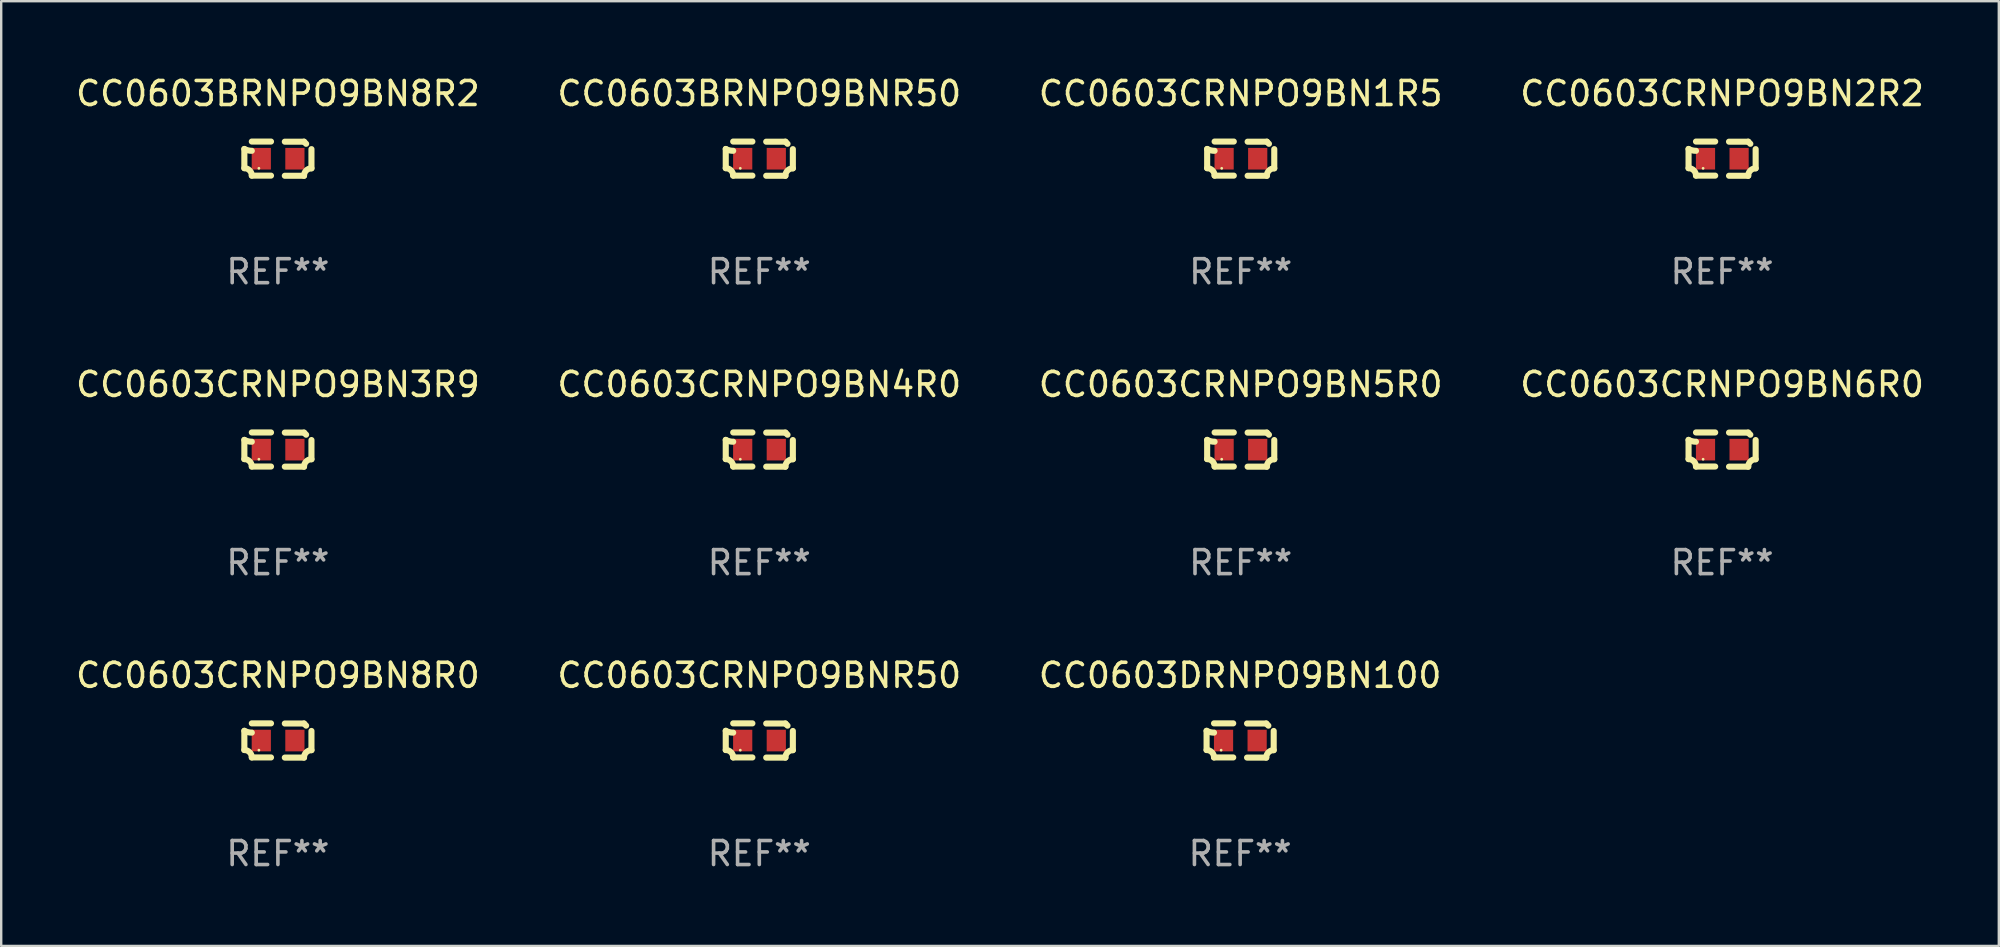
<source format=kicad_pcb>
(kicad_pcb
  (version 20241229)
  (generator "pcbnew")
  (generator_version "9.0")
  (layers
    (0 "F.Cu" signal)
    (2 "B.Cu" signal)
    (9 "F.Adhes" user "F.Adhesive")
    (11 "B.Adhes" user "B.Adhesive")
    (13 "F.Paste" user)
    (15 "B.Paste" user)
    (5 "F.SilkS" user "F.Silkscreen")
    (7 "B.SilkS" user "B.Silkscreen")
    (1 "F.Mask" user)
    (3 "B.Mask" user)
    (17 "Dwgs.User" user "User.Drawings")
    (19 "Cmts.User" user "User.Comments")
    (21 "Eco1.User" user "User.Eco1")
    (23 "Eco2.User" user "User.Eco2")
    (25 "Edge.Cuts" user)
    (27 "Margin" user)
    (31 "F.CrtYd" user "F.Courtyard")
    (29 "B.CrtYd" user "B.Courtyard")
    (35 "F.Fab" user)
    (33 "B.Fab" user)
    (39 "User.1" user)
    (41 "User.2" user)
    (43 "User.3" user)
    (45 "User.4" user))
  (footprint "CC0603CRNPO9BN1R5"
    (layer "F.Cu")
    (at 48.649 3.561)
    (property "Reference" "CC0603CRNPO9BN1R5" (at 0 -2.713 0) (layer "F.SilkS") (effects (font (size 1 1) (thickness 0.15))))
    (attr through_hole)
    (fp_line (start -1.398 -0.403) (end -1.398 0.397) (stroke (width 0.254) (type solid)) (layer "F.SilkS"))
    (fp_line (start -0.288 -0.713) (end -1.088 -0.713) (stroke (width 0.254) (type solid)) (layer "F.SilkS"))
    (fp_line (start -0.288 0.707) (end -1.088 0.707) (stroke (width 0.254) (type solid)) (layer "F.SilkS"))
    (fp_line (start 0.288 -0.707) (end 1.088 -0.707) (stroke (width 0.254) (type solid)) (layer "F.SilkS"))
    (fp_line (start 0.288 0.713) (end 1.088 0.713) (stroke (width 0.254) (type solid)) (layer "F.SilkS"))
    (fp_line (start 1.398 -0.397) (end 1.398 0.403) (stroke (width 0.254) (type solid)) (layer "F.SilkS"))
    (fp_arc (start -1.397789 0.397066) (mid -1.178701 0.487826) (end -1.08796 0.706922) (stroke (width 0.254001) (type solid)) (layer "F.SilkS"))
    (fp_arc (start -1.08796 -0.327176) (mid -1.247436 -0.346384) (end -1.39779 -0.402908) (stroke (width 0.254001) (type solid)) (layer "F.SilkS"))
    (fp_arc (start 1.087909 0.712738) (mid 1.178656 0.493655) (end 1.397739 0.402908) (stroke (width 0.254001) (type solid)) (layer "F.SilkS"))
    (fp_arc (start 1.175925 -0.618926) (mid 1.131917 -0.662923) (end 1.08791 -0.706922) (stroke (width 0.254001) (type solid)) (layer "F.SilkS"))
    (fp_circle (center -0.792 0.403) (end -0.762 0.403) (stroke (width 0.06) (type solid)) (fill no) (layer "F.SilkS"))
    (fp_text user "REF**" (at 0 4.713 0) (layer "F.Fab") (effects (font (size 1 1) (thickness 0.15))))
    (pad "1" smd rect (at -0.692 0.003) (size 0.8 0.9) (layers "F.Cu" "F.Mask" "F.Paste"))
    (pad "2" smd rect (at 0.708 0.003) (size 0.8 0.9) (layers "F.Cu" "F.Mask" "F.Paste")))
  (footprint "CC0603DRNPO9BN100"
    (layer "F.Cu")
    (at 48.625 27.805)
    (property "Reference" "CC0603DRNPO9BN100" (at 0 -2.713 0) (layer "F.SilkS") (effects (font (size 1 1) (thickness 0.15))))
    (attr through_hole)
    (fp_line (start -1.398 -0.403) (end -1.398 0.397) (stroke (width 0.254) (type solid)) (layer "F.SilkS"))
    (fp_line (start -0.288 -0.713) (end -1.088 -0.713) (stroke (width 0.254) (type solid)) (layer "F.SilkS"))
    (fp_line (start -0.288 0.707) (end -1.088 0.707) (stroke (width 0.254) (type solid)) (layer "F.SilkS"))
    (fp_line (start 0.288 -0.707) (end 1.088 -0.707) (stroke (width 0.254) (type solid)) (layer "F.SilkS"))
    (fp_line (start 0.288 0.713) (end 1.088 0.713) (stroke (width 0.254) (type solid)) (layer "F.SilkS"))
    (fp_line (start 1.398 -0.397) (end 1.398 0.403) (stroke (width 0.254) (type solid)) (layer "F.SilkS"))
    (fp_arc (start -1.397789 0.397066) (mid -1.178701 0.487826) (end -1.08796 0.706922) (stroke (width 0.254001) (type solid)) (layer "F.SilkS"))
    (fp_arc (start -1.08796 -0.327176) (mid -1.247436 -0.346384) (end -1.39779 -0.402908) (stroke (width 0.254001) (type solid)) (layer "F.SilkS"))
    (fp_arc (start 1.087909 0.712738) (mid 1.178656 0.493655) (end 1.397739 0.402908) (stroke (width 0.254001) (type solid)) (layer "F.SilkS"))
    (fp_arc (start 1.175925 -0.618926) (mid 1.131917 -0.662923) (end 1.08791 -0.706922) (stroke (width 0.254001) (type solid)) (layer "F.SilkS"))
    (fp_circle (center -0.792 0.403) (end -0.762 0.403) (stroke (width 0.06) (type solid)) (fill no) (layer "F.SilkS"))
    (fp_text user "REF**" (at 0 4.713 0) (layer "F.Fab") (effects (font (size 1 1) (thickness 0.15))))
    (pad "1" smd rect (at -0.692 0.003) (size 0.8 0.9) (layers "F.Cu" "F.Mask" "F.Paste"))
    (pad "2" smd rect (at 0.708 0.003) (size 0.8 0.9) (layers "F.Cu" "F.Mask" "F.Paste")))
  (footprint "CC0603CRNPO9BN4R0"
    (layer "F.Cu")
    (at 28.589 15.683)
    (property "Reference" "CC0603CRNPO9BN4R0" (at 0 -2.713 0) (layer "F.SilkS") (effects (font (size 1 1) (thickness 0.15))))
    (attr through_hole)
    (fp_line (start -1.398 -0.403) (end -1.398 0.397) (stroke (width 0.254) (type solid)) (layer "F.SilkS"))
    (fp_line (start -0.288 -0.713) (end -1.088 -0.713) (stroke (width 0.254) (type solid)) (layer "F.SilkS"))
    (fp_line (start -0.288 0.707) (end -1.088 0.707) (stroke (width 0.254) (type solid)) (layer "F.SilkS"))
    (fp_line (start 0.288 -0.707) (end 1.088 -0.707) (stroke (width 0.254) (type solid)) (layer "F.SilkS"))
    (fp_line (start 0.288 0.713) (end 1.088 0.713) (stroke (width 0.254) (type solid)) (layer "F.SilkS"))
    (fp_line (start 1.398 -0.397) (end 1.398 0.403) (stroke (width 0.254) (type solid)) (layer "F.SilkS"))
    (fp_arc (start -1.397789 0.397066) (mid -1.178701 0.487826) (end -1.08796 0.706922) (stroke (width 0.254001) (type solid)) (layer "F.SilkS"))
    (fp_arc (start -1.08796 -0.327176) (mid -1.247436 -0.346384) (end -1.39779 -0.402908) (stroke (width 0.254001) (type solid)) (layer "F.SilkS"))
    (fp_arc (start 1.087909 0.712738) (mid 1.178656 0.493655) (end 1.397739 0.402908) (stroke (width 0.254001) (type solid)) (layer "F.SilkS"))
    (fp_arc (start 1.175925 -0.618926) (mid 1.131917 -0.662923) (end 1.08791 -0.706922) (stroke (width 0.254001) (type solid)) (layer "F.SilkS"))
    (fp_circle (center -0.792 0.403) (end -0.762 0.403) (stroke (width 0.06) (type solid)) (fill no) (layer "F.SilkS"))
    (fp_text user "REF**" (at 0 4.713 0) (layer "F.Fab") (effects (font (size 1 1) (thickness 0.15))))
    (pad "1" smd rect (at -0.692 0.003) (size 0.8 0.9) (layers "F.Cu" "F.Mask" "F.Paste"))
    (pad "2" smd rect (at 0.708 0.003) (size 0.8 0.9) (layers "F.Cu" "F.Mask" "F.Paste")))
  (footprint "CC0603CRNPO9BNR50"
    (layer "F.Cu")
    (at 28.589 27.805)
    (property "Reference" "CC0603CRNPO9BNR50" (at 0 -2.713 0) (layer "F.SilkS") (effects (font (size 1 1) (thickness 0.15))))
    (attr through_hole)
    (fp_line (start -1.398 -0.403) (end -1.398 0.397) (stroke (width 0.254) (type solid)) (layer "F.SilkS"))
    (fp_line (start -0.288 -0.713) (end -1.088 -0.713) (stroke (width 0.254) (type solid)) (layer "F.SilkS"))
    (fp_line (start -0.288 0.707) (end -1.088 0.707) (stroke (width 0.254) (type solid)) (layer "F.SilkS"))
    (fp_line (start 0.288 -0.707) (end 1.088 -0.707) (stroke (width 0.254) (type solid)) (layer "F.SilkS"))
    (fp_line (start 0.288 0.713) (end 1.088 0.713) (stroke (width 0.254) (type solid)) (layer "F.SilkS"))
    (fp_line (start 1.398 -0.397) (end 1.398 0.403) (stroke (width 0.254) (type solid)) (layer "F.SilkS"))
    (fp_arc (start -1.397789 0.397066) (mid -1.178701 0.487826) (end -1.08796 0.706922) (stroke (width 0.254001) (type solid)) (layer "F.SilkS"))
    (fp_arc (start -1.08796 -0.327176) (mid -1.247436 -0.346384) (end -1.39779 -0.402908) (stroke (width 0.254001) (type solid)) (layer "F.SilkS"))
    (fp_arc (start 1.087909 0.712738) (mid 1.178656 0.493655) (end 1.397739 0.402908) (stroke (width 0.254001) (type solid)) (layer "F.SilkS"))
    (fp_arc (start 1.175925 -0.618926) (mid 1.131917 -0.662923) (end 1.08791 -0.706922) (stroke (width 0.254001) (type solid)) (layer "F.SilkS"))
    (fp_circle (center -0.792 0.403) (end -0.762 0.403) (stroke (width 0.06) (type solid)) (fill no) (layer "F.SilkS"))
    (fp_text user "REF**" (at 0 4.713 0) (layer "F.Fab") (effects (font (size 1 1) (thickness 0.15))))
    (pad "1" smd rect (at -0.692 0.003) (size 0.8 0.9) (layers "F.Cu" "F.Mask" "F.Paste"))
    (pad "2" smd rect (at 0.708 0.003) (size 0.8 0.9) (layers "F.Cu" "F.Mask" "F.Paste")))
  (footprint "CC0603CRNPO9BN3R9"
    (layer "F.Cu")
    (at 8.53 15.683)
    (property "Reference" "CC0603CRNPO9BN3R9" (at 0 -2.713 0) (layer "F.SilkS") (effects (font (size 1 1) (thickness 0.15))))
    (attr through_hole)
    (fp_line (start -1.398 -0.403) (end -1.398 0.397) (stroke (width 0.254) (type solid)) (layer "F.SilkS"))
    (fp_line (start -0.288 -0.713) (end -1.088 -0.713) (stroke (width 0.254) (type solid)) (layer "F.SilkS"))
    (fp_line (start -0.288 0.707) (end -1.088 0.707) (stroke (width 0.254) (type solid)) (layer "F.SilkS"))
    (fp_line (start 0.288 -0.707) (end 1.088 -0.707) (stroke (width 0.254) (type solid)) (layer "F.SilkS"))
    (fp_line (start 0.288 0.713) (end 1.088 0.713) (stroke (width 0.254) (type solid)) (layer "F.SilkS"))
    (fp_line (start 1.398 -0.397) (end 1.398 0.403) (stroke (width 0.254) (type solid)) (layer "F.SilkS"))
    (fp_arc (start -1.397789 0.397066) (mid -1.178701 0.487826) (end -1.08796 0.706922) (stroke (width 0.254001) (type solid)) (layer "F.SilkS"))
    (fp_arc (start -1.08796 -0.327176) (mid -1.247436 -0.346384) (end -1.39779 -0.402908) (stroke (width 0.254001) (type solid)) (layer "F.SilkS"))
    (fp_arc (start 1.087909 0.712738) (mid 1.178656 0.493655) (end 1.397739 0.402908) (stroke (width 0.254001) (type solid)) (layer "F.SilkS"))
    (fp_arc (start 1.175925 -0.618926) (mid 1.131917 -0.662923) (end 1.08791 -0.706922) (stroke (width 0.254001) (type solid)) (layer "F.SilkS"))
    (fp_circle (center -0.792 0.403) (end -0.762 0.403) (stroke (width 0.06) (type solid)) (fill no) (layer "F.SilkS"))
    (fp_text user "REF**" (at 0 4.713 0) (layer "F.Fab") (effects (font (size 1 1) (thickness 0.15))))
    (pad "1" smd rect (at -0.692 0.003) (size 0.8 0.9) (layers "F.Cu" "F.Mask" "F.Paste"))
    (pad "2" smd rect (at 0.708 0.003) (size 0.8 0.9) (layers "F.Cu" "F.Mask" "F.Paste")))
  (footprint "CC0603CRNPO9BN5R0"
    (layer "F.Cu")
    (at 48.649 15.683)
    (property "Reference" "CC0603CRNPO9BN5R0" (at 0 -2.713 0) (layer "F.SilkS") (effects (font (size 1 1) (thickness 0.15))))
    (attr through_hole)
    (fp_line (start -1.398 -0.403) (end -1.398 0.397) (stroke (width 0.254) (type solid)) (layer "F.SilkS"))
    (fp_line (start -0.288 -0.713) (end -1.088 -0.713) (stroke (width 0.254) (type solid)) (layer "F.SilkS"))
    (fp_line (start -0.288 0.707) (end -1.088 0.707) (stroke (width 0.254) (type solid)) (layer "F.SilkS"))
    (fp_line (start 0.288 -0.707) (end 1.088 -0.707) (stroke (width 0.254) (type solid)) (layer "F.SilkS"))
    (fp_line (start 0.288 0.713) (end 1.088 0.713) (stroke (width 0.254) (type solid)) (layer "F.SilkS"))
    (fp_line (start 1.398 -0.397) (end 1.398 0.403) (stroke (width 0.254) (type solid)) (layer "F.SilkS"))
    (fp_arc (start -1.397789 0.397066) (mid -1.178701 0.487826) (end -1.08796 0.706922) (stroke (width 0.254001) (type solid)) (layer "F.SilkS"))
    (fp_arc (start -1.08796 -0.327176) (mid -1.247436 -0.346384) (end -1.39779 -0.402908) (stroke (width 0.254001) (type solid)) (layer "F.SilkS"))
    (fp_arc (start 1.087909 0.712738) (mid 1.178656 0.493655) (end 1.397739 0.402908) (stroke (width 0.254001) (type solid)) (layer "F.SilkS"))
    (fp_arc (start 1.175925 -0.618926) (mid 1.131917 -0.662923) (end 1.08791 -0.706922) (stroke (width 0.254001) (type solid)) (layer "F.SilkS"))
    (fp_circle (center -0.792 0.403) (end -0.762 0.403) (stroke (width 0.06) (type solid)) (fill no) (layer "F.SilkS"))
    (fp_text user "REF**" (at 0 4.713 0) (layer "F.Fab") (effects (font (size 1 1) (thickness 0.15))))
    (pad "1" smd rect (at -0.692 0.003) (size 0.8 0.9) (layers "F.Cu" "F.Mask" "F.Paste"))
    (pad "2" smd rect (at 0.708 0.003) (size 0.8 0.9) (layers "F.Cu" "F.Mask" "F.Paste")))
  (footprint "CC0603CRNPO9BN8R0"
    (layer "F.Cu")
    (at 8.53 27.805)
    (property "Reference" "CC0603CRNPO9BN8R0" (at 0 -2.713 0) (layer "F.SilkS") (effects (font (size 1 1) (thickness 0.15))))
    (attr through_hole)
    (fp_line (start -1.398 -0.403) (end -1.398 0.397) (stroke (width 0.254) (type solid)) (layer "F.SilkS"))
    (fp_line (start -0.288 -0.713) (end -1.088 -0.713) (stroke (width 0.254) (type solid)) (layer "F.SilkS"))
    (fp_line (start -0.288 0.707) (end -1.088 0.707) (stroke (width 0.254) (type solid)) (layer "F.SilkS"))
    (fp_line (start 0.288 -0.707) (end 1.088 -0.707) (stroke (width 0.254) (type solid)) (layer "F.SilkS"))
    (fp_line (start 0.288 0.713) (end 1.088 0.713) (stroke (width 0.254) (type solid)) (layer "F.SilkS"))
    (fp_line (start 1.398 -0.397) (end 1.398 0.403) (stroke (width 0.254) (type solid)) (layer "F.SilkS"))
    (fp_arc (start -1.397789 0.397066) (mid -1.178701 0.487826) (end -1.08796 0.706922) (stroke (width 0.254001) (type solid)) (layer "F.SilkS"))
    (fp_arc (start -1.08796 -0.327176) (mid -1.247436 -0.346384) (end -1.39779 -0.402908) (stroke (width 0.254001) (type solid)) (layer "F.SilkS"))
    (fp_arc (start 1.087909 0.712738) (mid 1.178656 0.493655) (end 1.397739 0.402908) (stroke (width 0.254001) (type solid)) (layer "F.SilkS"))
    (fp_arc (start 1.175925 -0.618926) (mid 1.131917 -0.662923) (end 1.08791 -0.706922) (stroke (width 0.254001) (type solid)) (layer "F.SilkS"))
    (fp_circle (center -0.792 0.403) (end -0.762 0.403) (stroke (width 0.06) (type solid)) (fill no) (layer "F.SilkS"))
    (fp_text user "REF**" (at 0 4.713 0) (layer "F.Fab") (effects (font (size 1 1) (thickness 0.15))))
    (pad "1" smd rect (at -0.692 0.003) (size 0.8 0.9) (layers "F.Cu" "F.Mask" "F.Paste"))
    (pad "2" smd rect (at 0.708 0.003) (size 0.8 0.9) (layers "F.Cu" "F.Mask" "F.Paste")))
  (footprint "CC0603BRNPO9BNR50"
    (layer "F.Cu")
    (at 28.589 3.561)
    (property "Reference" "CC0603BRNPO9BNR50" (at 0 -2.713 0) (layer "F.SilkS") (effects (font (size 1 1) (thickness 0.15))))
    (attr through_hole)
    (fp_line (start -1.398 -0.403) (end -1.398 0.397) (stroke (width 0.254) (type solid)) (layer "F.SilkS"))
    (fp_line (start -0.288 -0.713) (end -1.088 -0.713) (stroke (width 0.254) (type solid)) (layer "F.SilkS"))
    (fp_line (start -0.288 0.707) (end -1.088 0.707) (stroke (width 0.254) (type solid)) (layer "F.SilkS"))
    (fp_line (start 0.288 -0.707) (end 1.088 -0.707) (stroke (width 0.254) (type solid)) (layer "F.SilkS"))
    (fp_line (start 0.288 0.713) (end 1.088 0.713) (stroke (width 0.254) (type solid)) (layer "F.SilkS"))
    (fp_line (start 1.398 -0.397) (end 1.398 0.403) (stroke (width 0.254) (type solid)) (layer "F.SilkS"))
    (fp_arc (start -1.397789 0.397066) (mid -1.178701 0.487826) (end -1.08796 0.706922) (stroke (width 0.254001) (type solid)) (layer "F.SilkS"))
    (fp_arc (start -1.08796 -0.327176) (mid -1.247436 -0.346384) (end -1.39779 -0.402908) (stroke (width 0.254001) (type solid)) (layer "F.SilkS"))
    (fp_arc (start 1.087909 0.712738) (mid 1.178656 0.493655) (end 1.397739 0.402908) (stroke (width 0.254001) (type solid)) (layer "F.SilkS"))
    (fp_arc (start 1.175925 -0.618926) (mid 1.131917 -0.662923) (end 1.08791 -0.706922) (stroke (width 0.254001) (type solid)) (layer "F.SilkS"))
    (fp_circle (center -0.792 0.403) (end -0.762 0.403) (stroke (width 0.06) (type solid)) (fill no) (layer "F.SilkS"))
    (fp_text user "REF**" (at 0 4.713 0) (layer "F.Fab") (effects (font (size 1 1) (thickness 0.15))))
    (pad "1" smd rect (at -0.692 0.003) (size 0.8 0.9) (layers "F.Cu" "F.Mask" "F.Paste"))
    (pad "2" smd rect (at 0.708 0.003) (size 0.8 0.9) (layers "F.Cu" "F.Mask" "F.Paste")))
  (footprint "CC0603CRNPO9BN6R0"
    (layer "F.Cu")
    (at 68.708 15.683)
    (property "Reference" "CC0603CRNPO9BN6R0" (at 0 -2.713 0) (layer "F.SilkS") (effects (font (size 1 1) (thickness 0.15))))
    (attr through_hole)
    (fp_line (start -1.398 -0.403) (end -1.398 0.397) (stroke (width 0.254) (type solid)) (layer "F.SilkS"))
    (fp_line (start -0.288 -0.713) (end -1.088 -0.713) (stroke (width 0.254) (type solid)) (layer "F.SilkS"))
    (fp_line (start -0.288 0.707) (end -1.088 0.707) (stroke (width 0.254) (type solid)) (layer "F.SilkS"))
    (fp_line (start 0.288 -0.707) (end 1.088 -0.707) (stroke (width 0.254) (type solid)) (layer "F.SilkS"))
    (fp_line (start 0.288 0.713) (end 1.088 0.713) (stroke (width 0.254) (type solid)) (layer "F.SilkS"))
    (fp_line (start 1.398 -0.397) (end 1.398 0.403) (stroke (width 0.254) (type solid)) (layer "F.SilkS"))
    (fp_arc (start -1.397789 0.397066) (mid -1.178701 0.487826) (end -1.08796 0.706922) (stroke (width 0.254001) (type solid)) (layer "F.SilkS"))
    (fp_arc (start -1.08796 -0.327176) (mid -1.247436 -0.346384) (end -1.39779 -0.402908) (stroke (width 0.254001) (type solid)) (layer "F.SilkS"))
    (fp_arc (start 1.087909 0.712738) (mid 1.178656 0.493655) (end 1.397739 0.402908) (stroke (width 0.254001) (type solid)) (layer "F.SilkS"))
    (fp_arc (start 1.175925 -0.618926) (mid 1.131917 -0.662923) (end 1.08791 -0.706922) (stroke (width 0.254001) (type solid)) (layer "F.SilkS"))
    (fp_circle (center -0.792 0.403) (end -0.762 0.403) (stroke (width 0.06) (type solid)) (fill no) (layer "F.SilkS"))
    (fp_text user "REF**" (at 0 4.713 0) (layer "F.Fab") (effects (font (size 1 1) (thickness 0.15))))
    (pad "1" smd rect (at -0.692 0.003) (size 0.8 0.9) (layers "F.Cu" "F.Mask" "F.Paste"))
    (pad "2" smd rect (at 0.708 0.003) (size 0.8 0.9) (layers "F.Cu" "F.Mask" "F.Paste")))
  (footprint "CC0603CRNPO9BN2R2"
    (layer "F.Cu")
    (at 68.708 3.561)
    (property "Reference" "CC0603CRNPO9BN2R2" (at 0 -2.713 0) (layer "F.SilkS") (effects (font (size 1 1) (thickness 0.15))))
    (attr through_hole)
    (fp_line (start -1.398 -0.403) (end -1.398 0.397) (stroke (width 0.254) (type solid)) (layer "F.SilkS"))
    (fp_line (start -0.288 -0.713) (end -1.088 -0.713) (stroke (width 0.254) (type solid)) (layer "F.SilkS"))
    (fp_line (start -0.288 0.707) (end -1.088 0.707) (stroke (width 0.254) (type solid)) (layer "F.SilkS"))
    (fp_line (start 0.288 -0.707) (end 1.088 -0.707) (stroke (width 0.254) (type solid)) (layer "F.SilkS"))
    (fp_line (start 0.288 0.713) (end 1.088 0.713) (stroke (width 0.254) (type solid)) (layer "F.SilkS"))
    (fp_line (start 1.398 -0.397) (end 1.398 0.403) (stroke (width 0.254) (type solid)) (layer "F.SilkS"))
    (fp_arc (start -1.397789 0.397066) (mid -1.178701 0.487826) (end -1.08796 0.706922) (stroke (width 0.254001) (type solid)) (layer "F.SilkS"))
    (fp_arc (start -1.08796 -0.327176) (mid -1.247436 -0.346384) (end -1.39779 -0.402908) (stroke (width 0.254001) (type solid)) (layer "F.SilkS"))
    (fp_arc (start 1.087909 0.712738) (mid 1.178656 0.493655) (end 1.397739 0.402908) (stroke (width 0.254001) (type solid)) (layer "F.SilkS"))
    (fp_arc (start 1.175925 -0.618926) (mid 1.131917 -0.662923) (end 1.08791 -0.706922) (stroke (width 0.254001) (type solid)) (layer "F.SilkS"))
    (fp_circle (center -0.792 0.403) (end -0.762 0.403) (stroke (width 0.06) (type solid)) (fill no) (layer "F.SilkS"))
    (fp_text user "REF**" (at 0 4.713 0) (layer "F.Fab") (effects (font (size 1 1) (thickness 0.15))))
    (pad "1" smd rect (at -0.692 0.003) (size 0.8 0.9) (layers "F.Cu" "F.Mask" "F.Paste"))
    (pad "2" smd rect (at 0.708 0.003) (size 0.8 0.9) (layers "F.Cu" "F.Mask" "F.Paste")))
  (footprint "CC0603BRNPO9BN8R2"
    (layer "F.Cu")
    (at 8.53 3.561)
    (property "Reference" "CC0603BRNPO9BN8R2" (at 0 -2.713 0) (layer "F.SilkS") (effects (font (size 1 1) (thickness 0.15))))
    (attr through_hole)
    (fp_line (start -1.398 -0.403) (end -1.398 0.397) (stroke (width 0.254) (type solid)) (layer "F.SilkS"))
    (fp_line (start -0.288 -0.713) (end -1.088 -0.713) (stroke (width 0.254) (type solid)) (layer "F.SilkS"))
    (fp_line (start -0.288 0.707) (end -1.088 0.707) (stroke (width 0.254) (type solid)) (layer "F.SilkS"))
    (fp_line (start 0.288 -0.707) (end 1.088 -0.707) (stroke (width 0.254) (type solid)) (layer "F.SilkS"))
    (fp_line (start 0.288 0.713) (end 1.088 0.713) (stroke (width 0.254) (type solid)) (layer "F.SilkS"))
    (fp_line (start 1.398 -0.397) (end 1.398 0.403) (stroke (width 0.254) (type solid)) (layer "F.SilkS"))
    (fp_arc (start -1.397789 0.397066) (mid -1.178701 0.487826) (end -1.08796 0.706922) (stroke (width 0.254001) (type solid)) (layer "F.SilkS"))
    (fp_arc (start -1.08796 -0.327176) (mid -1.247436 -0.346384) (end -1.39779 -0.402908) (stroke (width 0.254001) (type solid)) (layer "F.SilkS"))
    (fp_arc (start 1.087909 0.712738) (mid 1.178656 0.493655) (end 1.397739 0.402908) (stroke (width 0.254001) (type solid)) (layer "F.SilkS"))
    (fp_arc (start 1.175925 -0.618926) (mid 1.131917 -0.662923) (end 1.08791 -0.706922) (stroke (width 0.254001) (type solid)) (layer "F.SilkS"))
    (fp_circle (center -0.792 0.403) (end -0.762 0.403) (stroke (width 0.06) (type solid)) (fill no) (layer "F.SilkS"))
    (fp_text user "REF**" (at 0 4.713 0) (layer "F.Fab") (effects (font (size 1 1) (thickness 0.15))))
    (pad "1" smd rect (at -0.692 0.003) (size 0.8 0.9) (layers "F.Cu" "F.Mask" "F.Paste"))
    (pad "2" smd rect (at 0.708 0.003) (size 0.8 0.9) (layers "F.Cu" "F.Mask" "F.Paste")))
  (gr_rect
    (start -3 -3)
    (end 80.238 36.366)
    (stroke (width 0.1) (type default))
    (fill no)
    (layer "Edge.Cuts")))
</source>
